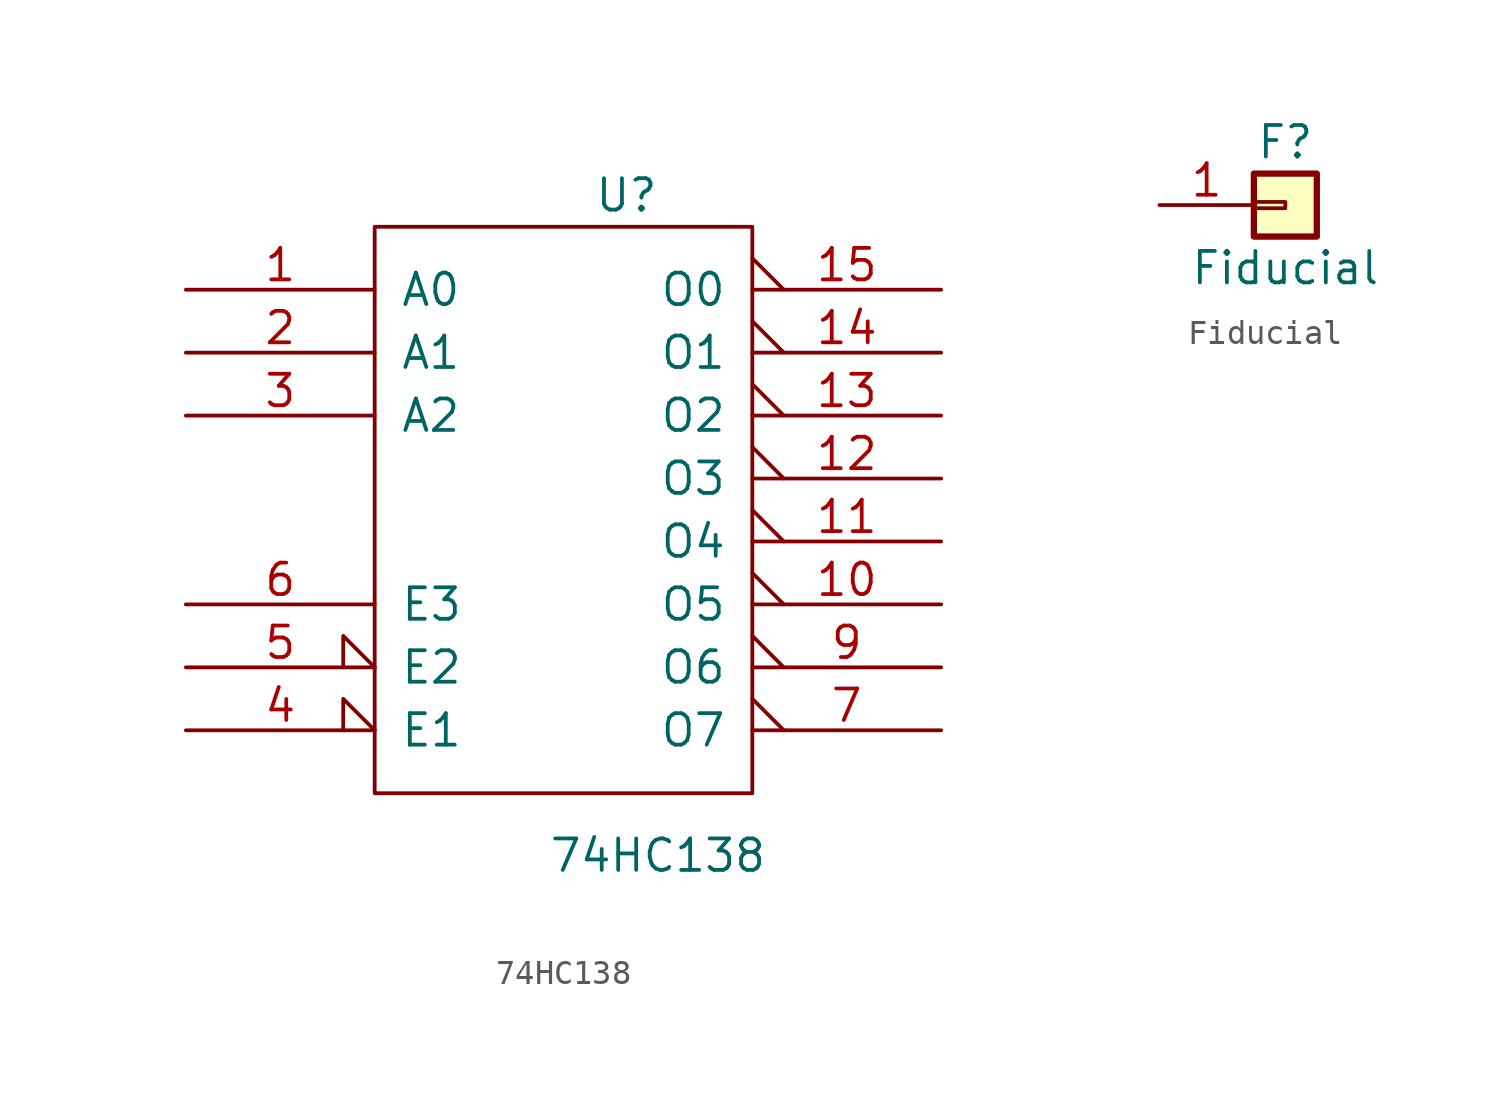
<source format=kicad_sym>
(kicad_symbol_lib
  (version 20231120)
  (generator "kicad_symbol_editor")
  (generator_version "8.0")
  (symbol "74HC138"
    (pin_names
      (offset 1.016))
    (property "Reference" "U"
      (at 2.54 12.7 0)
      (effects (font (size 1.27 1.27))))
    (property "Value" "74HC138"
      (at 3.81 -13.945 0)
      (effects (font (size 1.27 1.27))))
    (symbol "74HC138_0_1"
      (rectangle (start -7.62 11.43) (end 7.62 -11.43) (stroke (width 0) (type solid)) (fill (type none))))
    (symbol "74HC138_1_1"
      (pin input line (at -15.24 8.89 0) (length 7.62) (name "A0" (effects (font (size 1.27 1.27)))) (number "1" (effects (font (size 1.27 1.27)))))
      (pin output output_low (at 15.24 -3.81 180) (length 7.62) (name "O5" (effects (font (size 1.27 1.27)))) (number "10" (effects (font (size 1.27 1.27)))))
      (pin output output_low (at 15.24 -1.27 180) (length 7.62) (name "O4" (effects (font (size 1.27 1.27)))) (number "11" (effects (font (size 1.27 1.27)))))
      (pin output output_low (at 15.24 1.27 180) (length 7.62) (name "O3" (effects (font (size 1.27 1.27)))) (number "12" (effects (font (size 1.27 1.27)))))
      (pin output output_low (at 15.24 3.81 180) (length 7.62) (name "O2" (effects (font (size 1.27 1.27)))) (number "13" (effects (font (size 1.27 1.27)))))
      (pin output output_low (at 15.24 6.35 180) (length 7.62) (name "O1" (effects (font (size 1.27 1.27)))) (number "14" (effects (font (size 1.27 1.27)))))
      (pin output output_low (at 15.24 8.89 180) (length 7.62) (name "O0" (effects (font (size 1.27 1.27)))) (number "15" (effects (font (size 1.27 1.27)))))
      (pin power_in line (at 0 11.43 270) (length 0) hide (name "VCC" (effects (font (size 1.27 1.27)))) (number "16" (effects (font (size 1.27 1.27)))))
      (pin input line (at -15.24 6.35 0) (length 7.62) (name "A1" (effects (font (size 1.27 1.27)))) (number "2" (effects (font (size 1.27 1.27)))))
      (pin input line (at -15.24 3.81 0) (length 7.62) (name "A2" (effects (font (size 1.27 1.27)))) (number "3" (effects (font (size 1.27 1.27)))))
      (pin input input_low (at -15.24 -8.89 0) (length 7.62) (name "E1" (effects (font (size 1.27 1.27)))) (number "4" (effects (font (size 1.27 1.27)))))
      (pin input input_low (at -15.24 -6.35 0) (length 7.62) (name "E2" (effects (font (size 1.27 1.27)))) (number "5" (effects (font (size 1.27 1.27)))))
      (pin input line (at -15.24 -3.81 0) (length 7.62) (name "E3" (effects (font (size 1.27 1.27)))) (number "6" (effects (font (size 1.27 1.27)))))
      (pin output output_low (at 15.24 -8.89 180) (length 7.62) (name "O7" (effects (font (size 1.27 1.27)))) (number "7" (effects (font (size 1.27 1.27)))))
      (pin power_in line (at 0 -11.43 90) (length 0) hide (name "GND" (effects (font (size 1.27 1.27)))) (number "8" (effects (font (size 1.27 1.27)))))
      (pin output output_low (at 15.24 -6.35 180) (length 7.62) (name "O6" (effects (font (size 1.27 1.27)))) (number "9" (effects (font (size 1.27 1.27)))))))
  (symbol "Fiducial"
    (pin_names
      (offset 1.016) hide)
    (property "Reference" "F"
      (at 0 2.54 0)
      (effects (font (size 1.27 1.27))))
    (property "Value" "Fiducial"
      (at 0 -2.54 0)
      (effects (font (size 1.27 1.27))))
    (symbol "Fiducial_1_1"
      (rectangle (start -1.27 0.127) (end 0 -0.127) (stroke (width 0.152) (type solid)) (fill (type none)))
      (rectangle (start -1.27 1.27) (end 1.27 -1.27) (stroke (width 0.254) (type solid)) (fill (type background)))
      (pin passive line (at -5.08 0 0) (length 3.81) (name "Pin_1" (effects (font (size 1.27 1.27)))) (number "1" (effects (font (size 1.27 1.27))))))))
</source>
